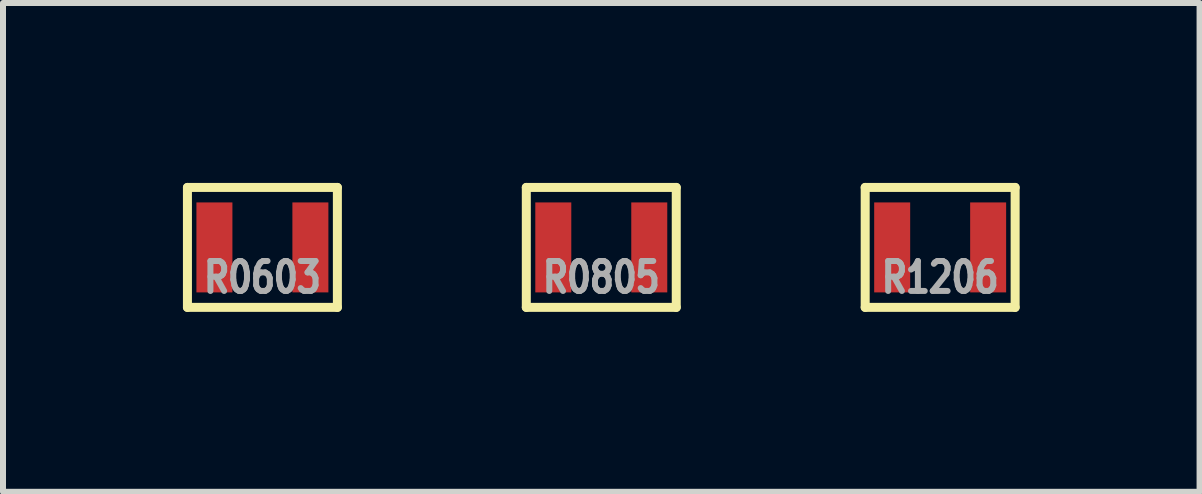
<source format=kicad_pcb>
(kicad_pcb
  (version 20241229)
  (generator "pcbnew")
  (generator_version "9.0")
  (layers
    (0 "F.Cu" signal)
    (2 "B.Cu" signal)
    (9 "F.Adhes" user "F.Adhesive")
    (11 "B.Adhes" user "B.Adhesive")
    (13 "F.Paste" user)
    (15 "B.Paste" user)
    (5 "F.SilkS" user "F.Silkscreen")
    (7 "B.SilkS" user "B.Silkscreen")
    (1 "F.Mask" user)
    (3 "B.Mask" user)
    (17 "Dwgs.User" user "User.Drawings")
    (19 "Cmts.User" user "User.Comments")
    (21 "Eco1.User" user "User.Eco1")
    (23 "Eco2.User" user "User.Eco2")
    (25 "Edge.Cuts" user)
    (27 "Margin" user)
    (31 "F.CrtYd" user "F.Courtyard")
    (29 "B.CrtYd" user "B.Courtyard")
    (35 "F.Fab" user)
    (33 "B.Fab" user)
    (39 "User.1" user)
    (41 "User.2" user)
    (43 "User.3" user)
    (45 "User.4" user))
  (footprint "R0805"
    (layer "F.Cu")
    (at 6.975 1.075)
    (property "Reference" "R0805" (at 0 0.5 0) (layer "F.Fab") (effects (font (size 0.5 0.4) (thickness 0.1))))
    (attr smd)
    (fp_line (start -1.25 -1) (end -1.25 1) (stroke (width 0.15) (type solid)) (layer "F.SilkS"))
    (fp_line (start -1.25 1) (end 1.25 1) (stroke (width 0.15) (type solid)) (layer "F.SilkS"))
    (fp_line (start 1.25 -1) (end -1.25 -1) (stroke (width 0.15) (type solid)) (layer "F.SilkS"))
    (fp_line (start 1.25 1) (end 1.25 -1) (stroke (width 0.15) (type solid)) (layer "F.SilkS"))
    (pad "1" smd rect (at -0.8 0) (size 0.6 1.5) (layers "F.Cu" "F.Mask" "F.Paste"))
    (pad "2" smd rect (at 0.8 0) (size 0.6 1.5) (layers "F.Cu" "F.Mask" "F.Paste")))
  (footprint "R0603"
    (layer "F.Cu")
    (at 1.325 1.075)
    (property "Reference" "R0603" (at 0 0.5 0) (layer "F.Fab") (effects (font (size 0.5 0.4) (thickness 0.1))))
    (attr smd)
    (fp_line (start -1.25 -1) (end -1.25 1) (stroke (width 0.15) (type solid)) (layer "F.SilkS"))
    (fp_line (start -1.25 1) (end 1.25 1) (stroke (width 0.15) (type solid)) (layer "F.SilkS"))
    (fp_line (start 1.25 -1) (end -1.25 -1) (stroke (width 0.15) (type solid)) (layer "F.SilkS"))
    (fp_line (start 1.25 1) (end 1.25 -1) (stroke (width 0.15) (type solid)) (layer "F.SilkS"))
    (pad "1" smd rect (at -0.8 0) (size 0.6 1.5) (layers "F.Cu" "F.Mask" "F.Paste"))
    (pad "2" smd rect (at 0.8 0) (size 0.6 1.5) (layers "F.Cu" "F.Mask" "F.Paste")))
  (footprint "R1206"
    (layer "F.Cu")
    (at 12.625 1.075)
    (property "Reference" "R1206" (at 0 0.5 0) (layer "F.Fab") (effects (font (size 0.5 0.4) (thickness 0.1))))
    (attr smd)
    (fp_line (start -1.25 -1) (end -1.25 1) (stroke (width 0.15) (type solid)) (layer "F.SilkS"))
    (fp_line (start -1.25 1) (end 1.25 1) (stroke (width 0.15) (type solid)) (layer "F.SilkS"))
    (fp_line (start 1.25 -1) (end -1.25 -1) (stroke (width 0.15) (type solid)) (layer "F.SilkS"))
    (fp_line (start 1.25 1) (end 1.25 -1) (stroke (width 0.15) (type solid)) (layer "F.SilkS"))
    (pad "1" smd rect (at -0.8 0) (size 0.6 1.5) (layers "F.Cu" "F.Mask" "F.Paste"))
    (pad "2" smd rect (at 0.8 0) (size 0.6 1.5) (layers "F.Cu" "F.Mask" "F.Paste")))
  (gr_rect
    (start -3 -3)
    (end 16.95 5.15)
    (stroke (width 0.1) (type default))
    (fill no)
    (layer "Edge.Cuts")))
</source>
